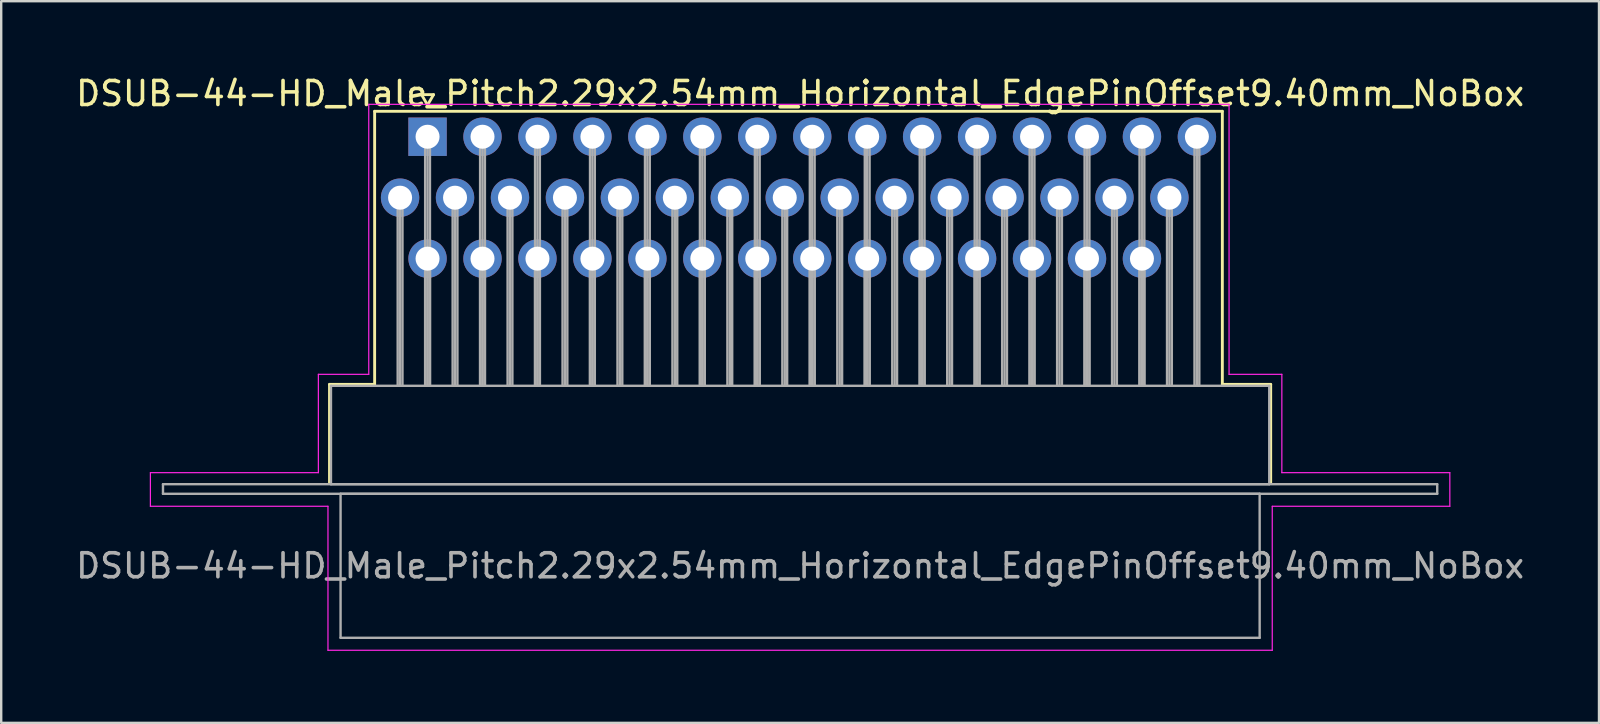
<source format=kicad_pcb>
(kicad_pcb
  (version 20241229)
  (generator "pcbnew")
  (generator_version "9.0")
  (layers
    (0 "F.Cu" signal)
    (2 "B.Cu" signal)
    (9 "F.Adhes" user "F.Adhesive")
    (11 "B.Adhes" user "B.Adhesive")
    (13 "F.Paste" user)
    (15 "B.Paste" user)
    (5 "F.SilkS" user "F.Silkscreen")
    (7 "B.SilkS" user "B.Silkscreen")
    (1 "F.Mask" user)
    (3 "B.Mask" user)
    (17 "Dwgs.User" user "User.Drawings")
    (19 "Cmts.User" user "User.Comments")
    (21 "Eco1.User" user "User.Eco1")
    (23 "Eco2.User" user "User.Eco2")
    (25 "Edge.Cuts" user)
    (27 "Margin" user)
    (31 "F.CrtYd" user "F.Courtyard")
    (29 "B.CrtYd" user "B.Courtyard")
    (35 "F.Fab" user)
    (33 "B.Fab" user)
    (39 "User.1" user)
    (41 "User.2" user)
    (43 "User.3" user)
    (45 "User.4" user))
  (footprint "DSUB-44-HD_Male_Pitch2.29x2.54mm_Horizontal_EdgePinOffset9.40mm_NoBox"
    (layer "F.Cu")
    (at 14.767 2.648)
    (property "Reference" "DSUB-44-HD_Male_Pitch2.29x2.54mm_Horizontal_EdgePinOffset9.40mm_NoBox" (at 15.525 -1.8 0) (layer "F.SilkS") (effects (font (size 1 1) (thickness 0.15))))
    (attr through_hole)
    (fp_line (start -4.085 10.32) (end -2.205 10.32) (stroke (width 0.12) (type solid)) (layer "F.SilkS"))
    (fp_line (start -4.085 14.42) (end -4.085 10.32) (stroke (width 0.12) (type solid)) (layer "F.SilkS"))
    (fp_line (start -2.205 -1.06) (end 33.12 -1.06) (stroke (width 0.12) (type solid)) (layer "F.SilkS"))
    (fp_line (start -2.205 10.32) (end -2.205 -1.06) (stroke (width 0.12) (type solid)) (layer "F.SilkS"))
    (fp_line (start -0.25 -1.754) (end 0.25 -1.754) (stroke (width 0.12) (type solid)) (layer "F.SilkS"))
    (fp_line (start 0 -1.321) (end -0.25 -1.754) (stroke (width 0.12) (type solid)) (layer "F.SilkS"))
    (fp_line (start 0.25 -1.754) (end 0 -1.321) (stroke (width 0.12) (type solid)) (layer "F.SilkS"))
    (fp_line (start 33.12 -1.06) (end 33.12 10.32) (stroke (width 0.12) (type solid)) (layer "F.SilkS"))
    (fp_line (start 33.12 10.32) (end 35.135 10.32) (stroke (width 0.12) (type solid)) (layer "F.SilkS"))
    (fp_line (start 35.135 10.32) (end 35.135 14.42) (stroke (width 0.12) (type solid)) (layer "F.SilkS"))
    (fp_line (start -11.55 14) (end -4.55 14) (stroke (width 0.05) (type solid)) (layer "F.CrtYd"))
    (fp_line (start -11.55 15.4) (end -11.55 14) (stroke (width 0.05) (type solid)) (layer "F.CrtYd"))
    (fp_line (start -4.55 9.9) (end -2.45 9.9) (stroke (width 0.05) (type solid)) (layer "F.CrtYd"))
    (fp_line (start -4.55 14) (end -4.55 9.9) (stroke (width 0.05) (type solid)) (layer "F.CrtYd"))
    (fp_line (start -4.15 15.4) (end -11.55 15.4) (stroke (width 0.05) (type solid)) (layer "F.CrtYd"))
    (fp_line (start -4.15 21.4) (end -4.15 15.4) (stroke (width 0.05) (type solid)) (layer "F.CrtYd"))
    (fp_line (start -2.45 -1.35) (end 33.4 -1.35) (stroke (width 0.05) (type solid)) (layer "F.CrtYd"))
    (fp_line (start -2.45 9.9) (end -2.45 -1.35) (stroke (width 0.05) (type solid)) (layer "F.CrtYd"))
    (fp_line (start 33.4 -1.35) (end 33.4 9.9) (stroke (width 0.05) (type solid)) (layer "F.CrtYd"))
    (fp_line (start 33.4 9.9) (end 35.6 9.9) (stroke (width 0.05) (type solid)) (layer "F.CrtYd"))
    (fp_line (start 35.2 15.4) (end 35.2 21.4) (stroke (width 0.05) (type solid)) (layer "F.CrtYd"))
    (fp_line (start 35.2 21.4) (end -4.15 21.4) (stroke (width 0.05) (type solid)) (layer "F.CrtYd"))
    (fp_line (start 35.6 9.9) (end 35.6 14) (stroke (width 0.05) (type solid)) (layer "F.CrtYd"))
    (fp_line (start 35.6 14) (end 42.6 14) (stroke (width 0.05) (type solid)) (layer "F.CrtYd"))
    (fp_line (start 42.6 14) (end 42.6 15.4) (stroke (width 0.05) (type solid)) (layer "F.CrtYd"))
    (fp_line (start 42.6 15.4) (end 35.2 15.4) (stroke (width 0.05) (type solid)) (layer "F.CrtYd"))
    (fp_line (start -11.025 14.48) (end -11.025 14.88) (stroke (width 0.1) (type solid)) (layer "F.Fab"))
    (fp_line (start -11.025 14.88) (end 42.075 14.88) (stroke (width 0.1) (type solid)) (layer "F.Fab"))
    (fp_line (start -4.025 10.38) (end -4.025 14.48) (stroke (width 0.1) (type solid)) (layer "F.Fab"))
    (fp_line (start -4.025 14.48) (end 35.075 14.48) (stroke (width 0.1) (type solid)) (layer "F.Fab"))
    (fp_line (start -3.625 14.88) (end -3.625 20.88) (stroke (width 0.1) (type solid)) (layer "F.Fab"))
    (fp_line (start -3.625 20.88) (end 34.675 20.88) (stroke (width 0.1) (type solid)) (layer "F.Fab"))
    (fp_line (start -1.245 2.54) (end -1.245 10.38) (stroke (width 0.1) (type solid)) (layer "F.Fab"))
    (fp_line (start -1.145 2.54) (end -1.145 10.38) (stroke (width 0.1) (type solid)) (layer "F.Fab"))
    (fp_line (start -1.045 2.54) (end -1.045 10.38) (stroke (width 0.1) (type solid)) (layer "F.Fab"))
    (fp_line (start -0.1 0) (end -0.1 10.38) (stroke (width 0.1) (type solid)) (layer "F.Fab"))
    (fp_line (start -0.1 5.08) (end -0.1 10.38) (stroke (width 0.1) (type solid)) (layer "F.Fab"))
    (fp_line (start 0 0) (end 0 10.38) (stroke (width 0.1) (type solid)) (layer "F.Fab"))
    (fp_line (start 0 5.08) (end 0 10.38) (stroke (width 0.1) (type solid)) (layer "F.Fab"))
    (fp_line (start 0.1 0) (end 0.1 10.38) (stroke (width 0.1) (type solid)) (layer "F.Fab"))
    (fp_line (start 0.1 5.08) (end 0.1 10.38) (stroke (width 0.1) (type solid)) (layer "F.Fab"))
    (fp_line (start 1.045 2.54) (end 1.045 10.38) (stroke (width 0.1) (type solid)) (layer "F.Fab"))
    (fp_line (start 1.145 2.54) (end 1.145 10.38) (stroke (width 0.1) (type solid)) (layer "F.Fab"))
    (fp_line (start 1.245 2.54) (end 1.245 10.38) (stroke (width 0.1) (type solid)) (layer "F.Fab"))
    (fp_line (start 2.19 0) (end 2.19 10.38) (stroke (width 0.1) (type solid)) (layer "F.Fab"))
    (fp_line (start 2.19 5.08) (end 2.19 10.38) (stroke (width 0.1) (type solid)) (layer "F.Fab"))
    (fp_line (start 2.29 0) (end 2.29 10.38) (stroke (width 0.1) (type solid)) (layer "F.Fab"))
    (fp_line (start 2.29 5.08) (end 2.29 10.38) (stroke (width 0.1) (type solid)) (layer "F.Fab"))
    (fp_line (start 2.39 0) (end 2.39 10.38) (stroke (width 0.1) (type solid)) (layer "F.Fab"))
    (fp_line (start 2.39 5.08) (end 2.39 10.38) (stroke (width 0.1) (type solid)) (layer "F.Fab"))
    (fp_line (start 3.335 2.54) (end 3.335 10.38) (stroke (width 0.1) (type solid)) (layer "F.Fab"))
    (fp_line (start 3.435 2.54) (end 3.435 10.38) (stroke (width 0.1) (type solid)) (layer "F.Fab"))
    (fp_line (start 3.535 2.54) (end 3.535 10.38) (stroke (width 0.1) (type solid)) (layer "F.Fab"))
    (fp_line (start 4.48 0) (end 4.48 10.38) (stroke (width 0.1) (type solid)) (layer "F.Fab"))
    (fp_line (start 4.48 5.08) (end 4.48 10.38) (stroke (width 0.1) (type solid)) (layer "F.Fab"))
    (fp_line (start 4.58 0) (end 4.58 10.38) (stroke (width 0.1) (type solid)) (layer "F.Fab"))
    (fp_line (start 4.58 5.08) (end 4.58 10.38) (stroke (width 0.1) (type solid)) (layer "F.Fab"))
    (fp_line (start 4.68 0) (end 4.68 10.38) (stroke (width 0.1) (type solid)) (layer "F.Fab"))
    (fp_line (start 4.68 5.08) (end 4.68 10.38) (stroke (width 0.1) (type solid)) (layer "F.Fab"))
    (fp_line (start 5.625 2.54) (end 5.625 10.38) (stroke (width 0.1) (type solid)) (layer "F.Fab"))
    (fp_line (start 5.725 2.54) (end 5.725 10.38) (stroke (width 0.1) (type solid)) (layer "F.Fab"))
    (fp_line (start 5.825 2.54) (end 5.825 10.38) (stroke (width 0.1) (type solid)) (layer "F.Fab"))
    (fp_line (start 6.77 0) (end 6.77 10.38) (stroke (width 0.1) (type solid)) (layer "F.Fab"))
    (fp_line (start 6.77 5.08) (end 6.77 10.38) (stroke (width 0.1) (type solid)) (layer "F.Fab"))
    (fp_line (start 6.87 0) (end 6.87 10.38) (stroke (width 0.1) (type solid)) (layer "F.Fab"))
    (fp_line (start 6.87 5.08) (end 6.87 10.38) (stroke (width 0.1) (type solid)) (layer "F.Fab"))
    (fp_line (start 6.97 0) (end 6.97 10.38) (stroke (width 0.1) (type solid)) (layer "F.Fab"))
    (fp_line (start 6.97 5.08) (end 6.97 10.38) (stroke (width 0.1) (type solid)) (layer "F.Fab"))
    (fp_line (start 7.915 2.54) (end 7.915 10.38) (stroke (width 0.1) (type solid)) (layer "F.Fab"))
    (fp_line (start 8.015 2.54) (end 8.015 10.38) (stroke (width 0.1) (type solid)) (layer "F.Fab"))
    (fp_line (start 8.115 2.54) (end 8.115 10.38) (stroke (width 0.1) (type solid)) (layer "F.Fab"))
    (fp_line (start 9.06 0) (end 9.06 10.38) (stroke (width 0.1) (type solid)) (layer "F.Fab"))
    (fp_line (start 9.06 5.08) (end 9.06 10.38) (stroke (width 0.1) (type solid)) (layer "F.Fab"))
    (fp_line (start 9.16 0) (end 9.16 10.38) (stroke (width 0.1) (type solid)) (layer "F.Fab"))
    (fp_line (start 9.16 5.08) (end 9.16 10.38) (stroke (width 0.1) (type solid)) (layer "F.Fab"))
    (fp_line (start 9.26 0) (end 9.26 10.38) (stroke (width 0.1) (type solid)) (layer "F.Fab"))
    (fp_line (start 9.26 5.08) (end 9.26 10.38) (stroke (width 0.1) (type solid)) (layer "F.Fab"))
    (fp_line (start 10.205 2.54) (end 10.205 10.38) (stroke (width 0.1) (type solid)) (layer "F.Fab"))
    (fp_line (start 10.305 2.54) (end 10.305 10.38) (stroke (width 0.1) (type solid)) (layer "F.Fab"))
    (fp_line (start 10.405 2.54) (end 10.405 10.38) (stroke (width 0.1) (type solid)) (layer "F.Fab"))
    (fp_line (start 11.35 0) (end 11.35 10.38) (stroke (width 0.1) (type solid)) (layer "F.Fab"))
    (fp_line (start 11.35 5.08) (end 11.35 10.38) (stroke (width 0.1) (type solid)) (layer "F.Fab"))
    (fp_line (start 11.45 0) (end 11.45 10.38) (stroke (width 0.1) (type solid)) (layer "F.Fab"))
    (fp_line (start 11.45 5.08) (end 11.45 10.38) (stroke (width 0.1) (type solid)) (layer "F.Fab"))
    (fp_line (start 11.55 0) (end 11.55 10.38) (stroke (width 0.1) (type solid)) (layer "F.Fab"))
    (fp_line (start 11.55 5.08) (end 11.55 10.38) (stroke (width 0.1) (type solid)) (layer "F.Fab"))
    (fp_line (start 12.495 2.54) (end 12.495 10.38) (stroke (width 0.1) (type solid)) (layer "F.Fab"))
    (fp_line (start 12.595 2.54) (end 12.595 10.38) (stroke (width 0.1) (type solid)) (layer "F.Fab"))
    (fp_line (start 12.695 2.54) (end 12.695 10.38) (stroke (width 0.1) (type solid)) (layer "F.Fab"))
    (fp_line (start 13.64 0) (end 13.64 10.38) (stroke (width 0.1) (type solid)) (layer "F.Fab"))
    (fp_line (start 13.64 5.08) (end 13.64 10.38) (stroke (width 0.1) (type solid)) (layer "F.Fab"))
    (fp_line (start 13.74 0) (end 13.74 10.38) (stroke (width 0.1) (type solid)) (layer "F.Fab"))
    (fp_line (start 13.74 5.08) (end 13.74 10.38) (stroke (width 0.1) (type solid)) (layer "F.Fab"))
    (fp_line (start 13.84 0) (end 13.84 10.38) (stroke (width 0.1) (type solid)) (layer "F.Fab"))
    (fp_line (start 13.84 5.08) (end 13.84 10.38) (stroke (width 0.1) (type solid)) (layer "F.Fab"))
    (fp_line (start 14.785 2.54) (end 14.785 10.38) (stroke (width 0.1) (type solid)) (layer "F.Fab"))
    (fp_line (start 14.885 2.54) (end 14.885 10.38) (stroke (width 0.1) (type solid)) (layer "F.Fab"))
    (fp_line (start 14.985 2.54) (end 14.985 10.38) (stroke (width 0.1) (type solid)) (layer "F.Fab"))
    (fp_line (start 15.93 0) (end 15.93 10.38) (stroke (width 0.1) (type solid)) (layer "F.Fab"))
    (fp_line (start 15.93 5.08) (end 15.93 10.38) (stroke (width 0.1) (type solid)) (layer "F.Fab"))
    (fp_line (start 16.03 0) (end 16.03 10.38) (stroke (width 0.1) (type solid)) (layer "F.Fab"))
    (fp_line (start 16.03 5.08) (end 16.03 10.38) (stroke (width 0.1) (type solid)) (layer "F.Fab"))
    (fp_line (start 16.13 0) (end 16.13 10.38) (stroke (width 0.1) (type solid)) (layer "F.Fab"))
    (fp_line (start 16.13 5.08) (end 16.13 10.38) (stroke (width 0.1) (type solid)) (layer "F.Fab"))
    (fp_line (start 17.075 2.54) (end 17.075 10.38) (stroke (width 0.1) (type solid)) (layer "F.Fab"))
    (fp_line (start 17.175 2.54) (end 17.175 10.38) (stroke (width 0.1) (type solid)) (layer "F.Fab"))
    (fp_line (start 17.275 2.54) (end 17.275 10.38) (stroke (width 0.1) (type solid)) (layer "F.Fab"))
    (fp_line (start 18.22 0) (end 18.22 10.38) (stroke (width 0.1) (type solid)) (layer "F.Fab"))
    (fp_line (start 18.22 5.08) (end 18.22 10.38) (stroke (width 0.1) (type solid)) (layer "F.Fab"))
    (fp_line (start 18.32 0) (end 18.32 10.38) (stroke (width 0.1) (type solid)) (layer "F.Fab"))
    (fp_line (start 18.32 5.08) (end 18.32 10.38) (stroke (width 0.1) (type solid)) (layer "F.Fab"))
    (fp_line (start 18.42 0) (end 18.42 10.38) (stroke (width 0.1) (type solid)) (layer "F.Fab"))
    (fp_line (start 18.42 5.08) (end 18.42 10.38) (stroke (width 0.1) (type solid)) (layer "F.Fab"))
    (fp_line (start 19.365 2.54) (end 19.365 10.38) (stroke (width 0.1) (type solid)) (layer "F.Fab"))
    (fp_line (start 19.465 2.54) (end 19.465 10.38) (stroke (width 0.1) (type solid)) (layer "F.Fab"))
    (fp_line (start 19.565 2.54) (end 19.565 10.38) (stroke (width 0.1) (type solid)) (layer "F.Fab"))
    (fp_line (start 20.51 0) (end 20.51 10.38) (stroke (width 0.1) (type solid)) (layer "F.Fab"))
    (fp_line (start 20.51 5.08) (end 20.51 10.38) (stroke (width 0.1) (type solid)) (layer "F.Fab"))
    (fp_line (start 20.61 0) (end 20.61 10.38) (stroke (width 0.1) (type solid)) (layer "F.Fab"))
    (fp_line (start 20.61 5.08) (end 20.61 10.38) (stroke (width 0.1) (type solid)) (layer "F.Fab"))
    (fp_line (start 20.71 0) (end 20.71 10.38) (stroke (width 0.1) (type solid)) (layer "F.Fab"))
    (fp_line (start 20.71 5.08) (end 20.71 10.38) (stroke (width 0.1) (type solid)) (layer "F.Fab"))
    (fp_line (start 21.655 2.54) (end 21.655 10.38) (stroke (width 0.1) (type solid)) (layer "F.Fab"))
    (fp_line (start 21.755 2.54) (end 21.755 10.38) (stroke (width 0.1) (type solid)) (layer "F.Fab"))
    (fp_line (start 21.855 2.54) (end 21.855 10.38) (stroke (width 0.1) (type solid)) (layer "F.Fab"))
    (fp_line (start 22.8 0) (end 22.8 10.38) (stroke (width 0.1) (type solid)) (layer "F.Fab"))
    (fp_line (start 22.8 5.08) (end 22.8 10.38) (stroke (width 0.1) (type solid)) (layer "F.Fab"))
    (fp_line (start 22.9 0) (end 22.9 10.38) (stroke (width 0.1) (type solid)) (layer "F.Fab"))
    (fp_line (start 22.9 5.08) (end 22.9 10.38) (stroke (width 0.1) (type solid)) (layer "F.Fab"))
    (fp_line (start 23 0) (end 23 10.38) (stroke (width 0.1) (type solid)) (layer "F.Fab"))
    (fp_line (start 23 5.08) (end 23 10.38) (stroke (width 0.1) (type solid)) (layer "F.Fab"))
    (fp_line (start 23.945 2.54) (end 23.945 10.38) (stroke (width 0.1) (type solid)) (layer "F.Fab"))
    (fp_line (start 24.045 2.54) (end 24.045 10.38) (stroke (width 0.1) (type solid)) (layer "F.Fab"))
    (fp_line (start 24.145 2.54) (end 24.145 10.38) (stroke (width 0.1) (type solid)) (layer "F.Fab"))
    (fp_line (start 25.09 0) (end 25.09 10.38) (stroke (width 0.1) (type solid)) (layer "F.Fab"))
    (fp_line (start 25.09 5.08) (end 25.09 10.38) (stroke (width 0.1) (type solid)) (layer "F.Fab"))
    (fp_line (start 25.19 0) (end 25.19 10.38) (stroke (width 0.1) (type solid)) (layer "F.Fab"))
    (fp_line (start 25.19 5.08) (end 25.19 10.38) (stroke (width 0.1) (type solid)) (layer "F.Fab"))
    (fp_line (start 25.29 0) (end 25.29 10.38) (stroke (width 0.1) (type solid)) (layer "F.Fab"))
    (fp_line (start 25.29 5.08) (end 25.29 10.38) (stroke (width 0.1) (type solid)) (layer "F.Fab"))
    (fp_line (start 26.235 2.54) (end 26.235 10.38) (stroke (width 0.1) (type solid)) (layer "F.Fab"))
    (fp_line (start 26.335 2.54) (end 26.335 10.38) (stroke (width 0.1) (type solid)) (layer "F.Fab"))
    (fp_line (start 26.435 2.54) (end 26.435 10.38) (stroke (width 0.1) (type solid)) (layer "F.Fab"))
    (fp_line (start 27.38 0) (end 27.38 10.38) (stroke (width 0.1) (type solid)) (layer "F.Fab"))
    (fp_line (start 27.38 5.08) (end 27.38 10.38) (stroke (width 0.1) (type solid)) (layer "F.Fab"))
    (fp_line (start 27.48 0) (end 27.48 10.38) (stroke (width 0.1) (type solid)) (layer "F.Fab"))
    (fp_line (start 27.48 5.08) (end 27.48 10.38) (stroke (width 0.1) (type solid)) (layer "F.Fab"))
    (fp_line (start 27.58 0) (end 27.58 10.38) (stroke (width 0.1) (type solid)) (layer "F.Fab"))
    (fp_line (start 27.58 5.08) (end 27.58 10.38) (stroke (width 0.1) (type solid)) (layer "F.Fab"))
    (fp_line (start 28.525 2.54) (end 28.525 10.38) (stroke (width 0.1) (type solid)) (layer "F.Fab"))
    (fp_line (start 28.625 2.54) (end 28.625 10.38) (stroke (width 0.1) (type solid)) (layer "F.Fab"))
    (fp_line (start 28.725 2.54) (end 28.725 10.38) (stroke (width 0.1) (type solid)) (layer "F.Fab"))
    (fp_line (start 29.67 0) (end 29.67 10.38) (stroke (width 0.1) (type solid)) (layer "F.Fab"))
    (fp_line (start 29.67 5.08) (end 29.67 10.38) (stroke (width 0.1) (type solid)) (layer "F.Fab"))
    (fp_line (start 29.77 0) (end 29.77 10.38) (stroke (width 0.1) (type solid)) (layer "F.Fab"))
    (fp_line (start 29.77 5.08) (end 29.77 10.38) (stroke (width 0.1) (type solid)) (layer "F.Fab"))
    (fp_line (start 29.87 0) (end 29.87 10.38) (stroke (width 0.1) (type solid)) (layer "F.Fab"))
    (fp_line (start 29.87 5.08) (end 29.87 10.38) (stroke (width 0.1) (type solid)) (layer "F.Fab"))
    (fp_line (start 30.815 2.54) (end 30.815 10.38) (stroke (width 0.1) (type solid)) (layer "F.Fab"))
    (fp_line (start 30.915 2.54) (end 30.915 10.38) (stroke (width 0.1) (type solid)) (layer "F.Fab"))
    (fp_line (start 31.015 2.54) (end 31.015 10.38) (stroke (width 0.1) (type solid)) (layer "F.Fab"))
    (fp_line (start 31.96 0) (end 31.96 10.38) (stroke (width 0.1) (type solid)) (layer "F.Fab"))
    (fp_line (start 32.06 0) (end 32.06 10.38) (stroke (width 0.1) (type solid)) (layer "F.Fab"))
    (fp_line (start 32.16 0) (end 32.16 10.38) (stroke (width 0.1) (type solid)) (layer "F.Fab"))
    (fp_line (start 34.675 14.88) (end -3.625 14.88) (stroke (width 0.1) (type solid)) (layer "F.Fab"))
    (fp_line (start 34.675 20.88) (end 34.675 14.88) (stroke (width 0.1) (type solid)) (layer "F.Fab"))
    (fp_line (start 35.075 10.38) (end -4.025 10.38) (stroke (width 0.1) (type solid)) (layer "F.Fab"))
    (fp_line (start 35.075 14.48) (end 35.075 10.38) (stroke (width 0.1) (type solid)) (layer "F.Fab"))
    (fp_line (start 42.075 14.48) (end -11.025 14.48) (stroke (width 0.1) (type solid)) (layer "F.Fab"))
    (fp_line (start 42.075 14.88) (end 42.075 14.48) (stroke (width 0.1) (type solid)) (layer "F.Fab"))
    (fp_text user "${REFERENCE}" (at 15.525 17.88 0) (layer "F.Fab") (effects (font (size 1 1) (thickness 0.15))))
    (pad "1" thru_hole rect (at 0 0) (size 1.6 1.6) (drill 1) (layers "*.Cu" "*.Mask"))
    (pad "2" thru_hole circle (at 2.29 0) (size 1.6 1.6) (drill 1) (layers "*.Cu" "*.Mask"))
    (pad "3" thru_hole circle (at 4.58 0) (size 1.6 1.6) (drill 1) (layers "*.Cu" "*.Mask"))
    (pad "4" thru_hole circle (at 6.87 0) (size 1.6 1.6) (drill 1) (layers "*.Cu" "*.Mask"))
    (pad "5" thru_hole circle (at 9.16 0) (size 1.6 1.6) (drill 1) (layers "*.Cu" "*.Mask"))
    (pad "6" thru_hole circle (at 11.45 0) (size 1.6 1.6) (drill 1) (layers "*.Cu" "*.Mask"))
    (pad "7" thru_hole circle (at 13.74 0) (size 1.6 1.6) (drill 1) (layers "*.Cu" "*.Mask"))
    (pad "8" thru_hole circle (at 16.03 0) (size 1.6 1.6) (drill 1) (layers "*.Cu" "*.Mask"))
    (pad "9" thru_hole circle (at 18.32 0) (size 1.6 1.6) (drill 1) (layers "*.Cu" "*.Mask"))
    (pad "10" thru_hole circle (at 20.61 0) (size 1.6 1.6) (drill 1) (layers "*.Cu" "*.Mask"))
    (pad "11" thru_hole circle (at 22.9 0) (size 1.6 1.6) (drill 1) (layers "*.Cu" "*.Mask"))
    (pad "12" thru_hole circle (at 25.19 0) (size 1.6 1.6) (drill 1) (layers "*.Cu" "*.Mask"))
    (pad "13" thru_hole circle (at 27.48 0) (size 1.6 1.6) (drill 1) (layers "*.Cu" "*.Mask"))
    (pad "14" thru_hole circle (at 29.77 0) (size 1.6 1.6) (drill 1) (layers "*.Cu" "*.Mask"))
    (pad "15" thru_hole circle (at 32.06 0) (size 1.6 1.6) (drill 1) (layers "*.Cu" "*.Mask"))
    (pad "16" thru_hole circle (at -1.145 2.54) (size 1.6 1.6) (drill 1) (layers "*.Cu" "*.Mask"))
    (pad "17" thru_hole circle (at 1.145 2.54) (size 1.6 1.6) (drill 1) (layers "*.Cu" "*.Mask"))
    (pad "18" thru_hole circle (at 3.435 2.54) (size 1.6 1.6) (drill 1) (layers "*.Cu" "*.Mask"))
    (pad "19" thru_hole circle (at 5.725 2.54) (size 1.6 1.6) (drill 1) (layers "*.Cu" "*.Mask"))
    (pad "20" thru_hole circle (at 8.015 2.54) (size 1.6 1.6) (drill 1) (layers "*.Cu" "*.Mask"))
    (pad "21" thru_hole circle (at 10.305 2.54) (size 1.6 1.6) (drill 1) (layers "*.Cu" "*.Mask"))
    (pad "22" thru_hole circle (at 12.595 2.54) (size 1.6 1.6) (drill 1) (layers "*.Cu" "*.Mask"))
    (pad "23" thru_hole circle (at 14.885 2.54) (size 1.6 1.6) (drill 1) (layers "*.Cu" "*.Mask"))
    (pad "24" thru_hole circle (at 17.175 2.54) (size 1.6 1.6) (drill 1) (layers "*.Cu" "*.Mask"))
    (pad "25" thru_hole circle (at 19.465 2.54) (size 1.6 1.6) (drill 1) (layers "*.Cu" "*.Mask"))
    (pad "26" thru_hole circle (at 21.755 2.54) (size 1.6 1.6) (drill 1) (layers "*.Cu" "*.Mask"))
    (pad "27" thru_hole circle (at 24.045 2.54) (size 1.6 1.6) (drill 1) (layers "*.Cu" "*.Mask"))
    (pad "28" thru_hole circle (at 26.335 2.54) (size 1.6 1.6) (drill 1) (layers "*.Cu" "*.Mask"))
    (pad "29" thru_hole circle (at 28.625 2.54) (size 1.6 1.6) (drill 1) (layers "*.Cu" "*.Mask"))
    (pad "30" thru_hole circle (at 30.915 2.54) (size 1.6 1.6) (drill 1) (layers "*.Cu" "*.Mask"))
    (pad "31" thru_hole circle (at 0 5.08) (size 1.6 1.6) (drill 1) (layers "*.Cu" "*.Mask"))
    (pad "32" thru_hole circle (at 2.29 5.08) (size 1.6 1.6) (drill 1) (layers "*.Cu" "*.Mask"))
    (pad "33" thru_hole circle (at 4.58 5.08) (size 1.6 1.6) (drill 1) (layers "*.Cu" "*.Mask"))
    (pad "34" thru_hole circle (at 6.87 5.08) (size 1.6 1.6) (drill 1) (layers "*.Cu" "*.Mask"))
    (pad "35" thru_hole circle (at 9.16 5.08) (size 1.6 1.6) (drill 1) (layers "*.Cu" "*.Mask"))
    (pad "36" thru_hole circle (at 11.45 5.08) (size 1.6 1.6) (drill 1) (layers "*.Cu" "*.Mask"))
    (pad "37" thru_hole circle (at 13.74 5.08) (size 1.6 1.6) (drill 1) (layers "*.Cu" "*.Mask"))
    (pad "38" thru_hole circle (at 16.03 5.08) (size 1.6 1.6) (drill 1) (layers "*.Cu" "*.Mask"))
    (pad "39" thru_hole circle (at 18.32 5.08) (size 1.6 1.6) (drill 1) (layers "*.Cu" "*.Mask"))
    (pad "40" thru_hole circle (at 20.61 5.08) (size 1.6 1.6) (drill 1) (layers "*.Cu" "*.Mask"))
    (pad "41" thru_hole circle (at 22.9 5.08) (size 1.6 1.6) (drill 1) (layers "*.Cu" "*.Mask"))
    (pad "42" thru_hole circle (at 25.19 5.08) (size 1.6 1.6) (drill 1) (layers "*.Cu" "*.Mask"))
    (pad "43" thru_hole circle (at 27.48 5.08) (size 1.6 1.6) (drill 1) (layers "*.Cu" "*.Mask"))
    (pad "44" thru_hole circle (at 29.77 5.08) (size 1.6 1.6) (drill 1) (layers "*.Cu" "*.Mask")))
  (gr_rect
    (start -3 -3)
    (end 63.583 27.073)
    (stroke (width 0.1) (type default))
    (fill no)
    (layer "Edge.Cuts")))
</source>
